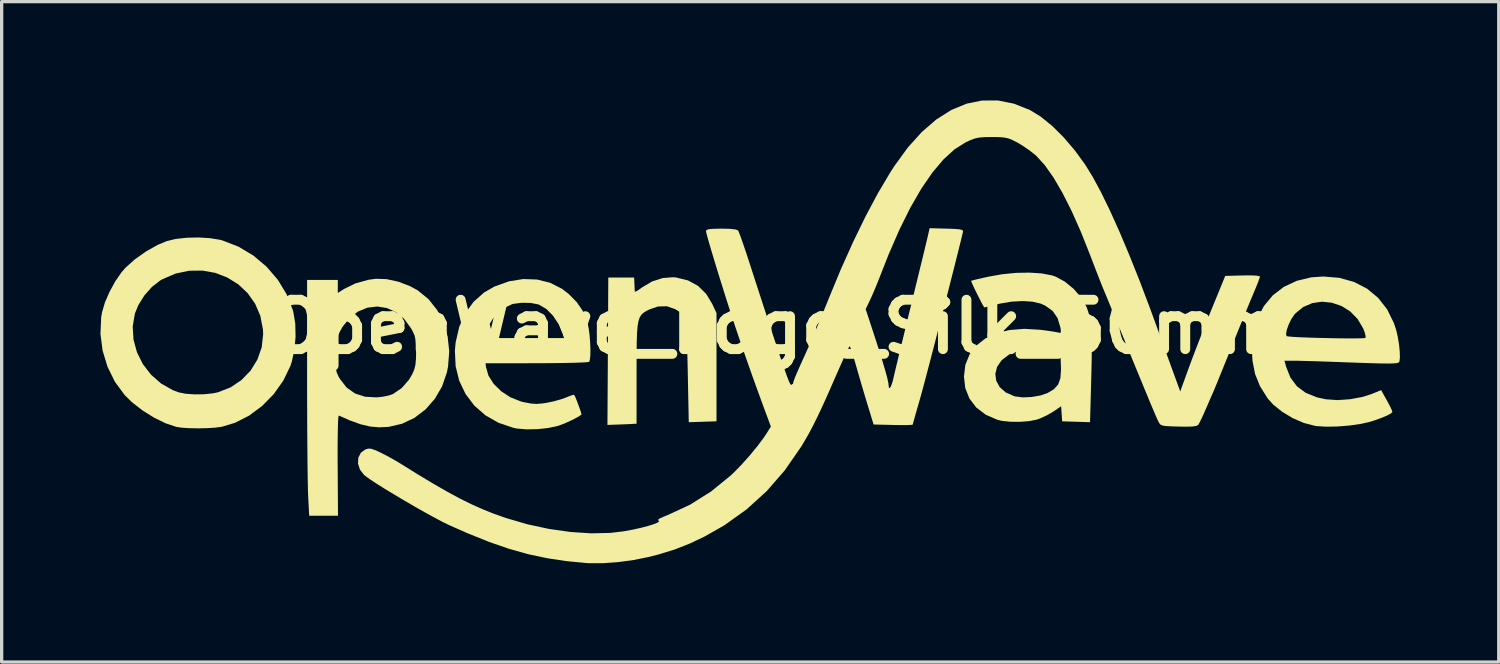
<source format=kicad_pcb>
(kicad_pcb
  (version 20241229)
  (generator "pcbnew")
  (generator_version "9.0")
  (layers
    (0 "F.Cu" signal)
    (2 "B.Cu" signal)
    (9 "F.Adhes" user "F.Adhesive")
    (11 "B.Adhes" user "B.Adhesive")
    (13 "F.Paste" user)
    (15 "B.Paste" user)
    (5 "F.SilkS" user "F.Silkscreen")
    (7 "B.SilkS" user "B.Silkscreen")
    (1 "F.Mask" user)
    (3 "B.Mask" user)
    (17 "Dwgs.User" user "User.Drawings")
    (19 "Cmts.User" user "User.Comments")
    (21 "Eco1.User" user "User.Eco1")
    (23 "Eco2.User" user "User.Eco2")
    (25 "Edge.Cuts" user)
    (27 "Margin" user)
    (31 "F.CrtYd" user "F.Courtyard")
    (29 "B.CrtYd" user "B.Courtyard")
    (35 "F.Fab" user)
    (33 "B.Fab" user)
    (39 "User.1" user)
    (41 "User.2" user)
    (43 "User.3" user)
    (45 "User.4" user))
  (footprint "OpenWave_Logo_Silk_50mm"
    (layer "F.Cu")
    (at 20.543 6.872)
    (property "Reference" "OpenWave_Logo_Silk_50mm" (at 0 0 0) (layer "F.SilkS") (effects (font (size 1.5 1.5) (thickness 0.3))))
    (attr board_only exclude_from_pos_files exclude_from_bom)
    (fp_poly (pts (xy -3.07 -1.498) (xy -2.704 -1.408) (xy -2.398 -1.241) (xy -2.15 -0.996) (xy -1.968 -0.693) (xy -1.839 -0.417) (xy -1.839 1.226) (xy -1.839 2.869) (xy -2.26 2.883) (xy -2.681 2.897) (xy -2.711 1.406) (xy -2.721 0.944) (xy -2.732 0.571) (xy -2.746 0.274) (xy -2.765 0.043) (xy -2.791 -0.132) (xy -2.827 -0.261) (xy -2.873 -0.357) (xy -2.933 -0.428) (xy -3.009 -0.485) (xy -3.09 -0.534) (xy -3.344 -0.624) (xy -3.615 -0.617) (xy -3.863 -0.533) (xy -3.969 -0.48) (xy -4.054 -0.427) (xy -4.122 -0.364) (xy -4.173 -0.28) (xy -4.21 -0.165) (xy -4.236 -0.008) (xy -4.252 0.201) (xy -4.261 0.474) (xy -4.265 0.82) (xy -4.266 1.25) (xy -4.266 1.41) (xy -4.266 2.942) (xy -4.425 2.951) (xy -4.566 2.958) (xy -4.753 2.965) (xy -4.867 2.969) (xy -5.15 2.979) (xy -5.137 0.742) (xy -5.124 -1.496) (xy -4.732 -1.496) (xy -4.34 -1.496) (xy -4.331 -1.299) (xy -4.325 -1.166) (xy -4.32 -1.078) (xy -4.319 -1.067) (xy -4.282 -1.074) (xy -4.19 -1.13) (xy -4.091 -1.201) (xy -3.796 -1.376) (xy -3.472 -1.48) (xy -3.149 -1.505)) (stroke (width 0) (type solid)) (fill yes) (layer "F.SilkS"))
    (fp_poly (pts (xy -17.21 -2.69) (xy -16.902 -2.639) (xy -16.843 -2.623) (xy -16.354 -2.434) (xy -15.902 -2.164) (xy -15.5 -1.825) (xy -15.159 -1.428) (xy -14.889 -0.985) (xy -14.702 -0.505) (xy -14.685 -0.441) (xy -14.628 -0.093) (xy -14.619 0.3) (xy -14.655 0.699) (xy -14.736 1.067) (xy -14.777 1.191) (xy -14.994 1.638) (xy -15.284 2.046) (xy -15.633 2.402) (xy -16.029 2.696) (xy -16.457 2.914) (xy -16.858 3.035) (xy -17.048 3.061) (xy -17.297 3.077) (xy -17.573 3.083) (xy -17.845 3.078) (xy -18.08 3.063) (xy -18.242 3.038) (xy -18.569 2.928) (xy -18.921 2.755) (xy -19.271 2.536) (xy -19.587 2.289) (xy -19.806 2.074) (xy -20.105 1.668) (xy -20.33 1.211) (xy -20.478 0.721) (xy -20.543 0.216) (xy -20.533 -0.007) (xy -19.564 -0.007) (xy -19.54 0.389) (xy -19.435 0.773) (xy -19.256 1.132) (xy -19.009 1.453) (xy -18.704 1.721) (xy -18.347 1.923) (xy -18.167 1.991) (xy -17.956 2.033) (xy -17.686 2.052) (xy -17.397 2.048) (xy -17.126 2.02) (xy -16.977 1.989) (xy -16.593 1.84) (xy -16.26 1.616) (xy -15.985 1.33) (xy -15.778 0.995) (xy -15.647 0.623) (xy -15.603 0.226) (xy -15.609 0.086) (xy -15.688 -0.33) (xy -15.847 -0.701) (xy -16.074 -1.022) (xy -16.358 -1.289) (xy -16.689 -1.495) (xy -17.055 -1.637) (xy -17.447 -1.707) (xy -17.852 -1.702) (xy -18.26 -1.617) (xy -18.661 -1.445) (xy -18.726 -1.408) (xy -18.98 -1.212) (xy -19.211 -0.95) (xy -19.396 -0.653) (xy -19.498 -0.401) (xy -19.564 -0.007) (xy -20.533 -0.007) (xy -20.521 -0.287) (xy -20.492 -0.451) (xy -20.406 -0.743) (xy -20.266 -1.064) (xy -20.093 -1.38) (xy -19.903 -1.656) (xy -19.786 -1.791) (xy -19.497 -2.049) (xy -19.159 -2.288) (xy -18.808 -2.486) (xy -18.532 -2.601) (xy -18.257 -2.667) (xy -17.921 -2.704) (xy -17.561 -2.712)) (stroke (width 0) (type solid)) (fill yes) (layer "F.SilkS"))
    (fp_poly (pts (xy -11.856 -1.447) (xy -11.504 -1.371) (xy -11.155 -1.239) (xy -10.909 -1.105) (xy -10.584 -0.84) (xy -10.321 -0.51) (xy -10.126 -0.127) (xy -10.002 0.296) (xy -9.954 0.744) (xy -9.989 1.205) (xy -10.025 1.385) (xy -10.171 1.809) (xy -10.391 2.187) (xy -10.673 2.508) (xy -11.008 2.764) (xy -11.384 2.943) (xy -11.79 3.037) (xy -11.804 3.039) (xy -12.086 3.052) (xy -12.359 3.027) (xy -12.647 2.959) (xy -12.971 2.842) (xy -13.308 2.693) (xy -13.319 2.735) (xy -13.328 2.865) (xy -13.335 3.074) (xy -13.34 3.353) (xy -13.343 3.691) (xy -13.342 4.08) (xy -13.341 4.205) (xy -13.331 5.737) (xy -13.768 5.737) (xy -14.205 5.737) (xy -14.237 5.141) (xy -14.243 4.983) (xy -14.248 4.737) (xy -14.253 4.415) (xy -14.258 4.028) (xy -14.262 3.585) (xy -14.265 3.099) (xy -14.267 2.579) (xy -14.269 2.037) (xy -14.269 1.561) (xy -14.269 0.883) (xy -13.411 0.883) (xy -13.408 1.11) (xy -13.396 1.269) (xy -13.369 1.389) (xy -13.32 1.499) (xy -13.276 1.578) (xy -13.071 1.843) (xy -12.816 2.024) (xy -12.507 2.124) (xy -12.161 2.143) (xy -11.961 2.122) (xy -11.772 2.081) (xy -11.665 2.043) (xy -11.395 1.859) (xy -11.171 1.601) (xy -11.073 1.431) (xy -11.014 1.293) (xy -10.979 1.149) (xy -10.963 0.968) (xy -10.959 0.76) (xy -10.962 0.539) (xy -10.976 0.383) (xy -11.008 0.259) (xy -11.065 0.134) (xy -11.111 0.049) (xy -11.322 -0.239) (xy -11.572 -0.446) (xy -11.851 -0.571) (xy -12.143 -0.616) (xy -12.437 -0.581) (xy -12.718 -0.466) (xy -12.975 -0.272) (xy -13.193 0.001) (xy -13.265 0.129) (xy -13.336 0.278) (xy -13.379 0.407) (xy -13.402 0.549) (xy -13.41 0.737) (xy -13.411 0.883) (xy -14.269 0.883) (xy -14.269 -1.422) (xy -13.803 -1.422) (xy -13.337 -1.422) (xy -13.337 -1.225) (xy -13.337 -1.028) (xy -13.15 -1.147) (xy -12.801 -1.318) (xy -12.403 -1.428) (xy -12.178 -1.458)) (stroke (width 0) (type solid)) (fill yes) (layer "F.SilkS"))
    (fp_poly (pts (xy -7.284 -1.435) (xy -6.887 -1.335) (xy -6.526 -1.151) (xy -6.323 -0.993) (xy -6.081 -0.747) (xy -5.909 -0.497) (xy -5.785 -0.208) (xy -5.756 -0.116) (xy -5.72 0.046) (xy -5.693 0.251) (xy -5.675 0.475) (xy -5.667 0.693) (xy -5.67 0.881) (xy -5.686 1.014) (xy -5.706 1.064) (xy -5.763 1.074) (xy -5.906 1.083) (xy -6.123 1.091) (xy -6.402 1.097) (xy -6.731 1.102) (xy -7.097 1.105) (xy -7.298 1.106) (xy -8.851 1.108) (xy -8.838 1.222) (xy -8.762 1.484) (xy -8.604 1.733) (xy -8.378 1.956) (xy -8.101 2.138) (xy -7.787 2.264) (xy -7.702 2.286) (xy -7.482 2.329) (xy -7.302 2.342) (xy -7.112 2.326) (xy -7 2.309) (xy -6.782 2.264) (xy -6.562 2.202) (xy -6.415 2.149) (xy -6.279 2.095) (xy -6.186 2.066) (xy -6.161 2.065) (xy -6.128 2.128) (xy -6.08 2.246) (xy -6.026 2.389) (xy -5.977 2.526) (xy -5.945 2.629) (xy -5.939 2.667) (xy -6.053 2.741) (xy -6.225 2.831) (xy -6.42 2.92) (xy -6.604 2.992) (xy -6.667 3.012) (xy -6.953 3.073) (xy -7.28 3.108) (xy -7.607 3.114) (xy -7.897 3.089) (xy -7.993 3.071) (xy -8.453 2.917) (xy -8.854 2.688) (xy -9.191 2.394) (xy -9.457 2.042) (xy -9.649 1.641) (xy -9.759 1.199) (xy -9.782 0.724) (xy -9.758 0.466) (xy -9.703 0.232) (xy -8.87 0.232) (xy -8.844 0.281) (xy -8.771 0.313) (xy -8.641 0.331) (xy -8.445 0.341) (xy -8.173 0.343) (xy -7.815 0.343) (xy -7.671 0.343) (xy -6.466 0.343) (xy -6.5 0.233) (xy -6.628 -0.072) (xy -6.803 -0.337) (xy -7.009 -0.544) (xy -7.232 -0.673) (xy -7.252 -0.68) (xy -7.483 -0.725) (xy -7.753 -0.73) (xy -8.009 -0.696) (xy -8.045 -0.686) (xy -8.249 -0.591) (xy -8.457 -0.428) (xy -8.642 -0.224) (xy -8.755 -0.045) (xy -8.815 0.073) (xy -8.857 0.164) (xy -8.87 0.232) (xy -9.703 0.232) (xy -9.649 -0.000306) (xy -9.466 -0.412) (xy -9.211 -0.762) (xy -8.891 -1.045) (xy -8.584 -1.221) (xy -8.144 -1.379) (xy -7.707 -1.45)) (stroke (width 0) (type solid)) (fill yes) (layer "F.SilkS"))
    (fp_poly (pts (xy 17.075 -1.486) (xy 17.521 -1.36) (xy 17.915 -1.156) (xy 18.251 -0.877) (xy 18.525 -0.526) (xy 18.729 -0.11) (xy 18.798 0.1) (xy 18.847 0.309) (xy 18.883 0.534) (xy 18.905 0.749) (xy 18.91 0.929) (xy 18.897 1.048) (xy 18.886 1.071) (xy 18.859 1.091) (xy 18.8 1.104) (xy 18.699 1.112) (xy 18.546 1.115) (xy 18.331 1.113) (xy 18.044 1.105) (xy 17.675 1.093) (xy 17.426 1.084) (xy 17.046 1.07) (xy 16.682 1.057) (xy 16.352 1.046) (xy 16.07 1.038) (xy 15.852 1.032) (xy 15.716 1.03) (xy 15.707 1.03) (xy 15.405 1.03) (xy 15.455 1.214) (xy 15.587 1.544) (xy 15.784 1.807) (xy 16.05 2.005) (xy 16.39 2.142) (xy 16.662 2.201) (xy 17.014 2.226) (xy 17.402 2.199) (xy 17.781 2.128) (xy 18.045 2.043) (xy 18.34 1.923) (xy 18.511 2.229) (xy 18.596 2.387) (xy 18.657 2.514) (xy 18.682 2.584) (xy 18.682 2.586) (xy 18.639 2.63) (xy 18.522 2.693) (xy 18.352 2.765) (xy 18.15 2.838) (xy 17.996 2.886) (xy 17.707 2.951) (xy 17.366 2.999) (xy 17.007 3.027) (xy 16.665 3.033) (xy 16.375 3.014) (xy 16.329 3.007) (xy 15.997 2.921) (xy 15.657 2.773) (xy 15.336 2.581) (xy 15.062 2.361) (xy 14.894 2.172) (xy 14.663 1.804) (xy 14.513 1.433) (xy 14.434 1.031) (xy 14.416 0.679) (xy 14.457 0.215) (xy 15.453 0.215) (xy 15.468 0.283) (xy 15.525 0.294) (xy 15.664 0.306) (xy 15.868 0.317) (xy 16.119 0.327) (xy 16.403 0.336) (xy 16.701 0.343) (xy 16.997 0.349) (xy 17.274 0.352) (xy 17.516 0.352) (xy 17.707 0.35) (xy 17.829 0.344) (xy 17.865 0.337) (xy 17.869 0.279) (xy 17.838 0.161) (xy 17.797 0.053) (xy 17.627 -0.236) (xy 17.402 -0.466) (xy 17.136 -0.632) (xy 16.845 -0.731) (xy 16.545 -0.762) (xy 16.25 -0.719) (xy 15.976 -0.602) (xy 15.737 -0.406) (xy 15.701 -0.364) (xy 15.611 -0.23) (xy 15.533 -0.07) (xy 15.477 0.087) (xy 15.453 0.215) (xy 14.457 0.215) (xy 14.459 0.191) (xy 14.582 -0.248) (xy 14.782 -0.631) (xy 15.051 -0.955) (xy 15.385 -1.211) (xy 15.777 -1.396) (xy 16.221 -1.502) (xy 16.583 -1.527)) (stroke (width 0) (type solid)) (fill yes) (layer "F.SilkS"))
    (fp_poly (pts (xy 8.027 -1.621) (xy 8.334 -1.564) (xy 8.458 -1.523) (xy 8.739 -1.37) (xy 9.005 -1.151) (xy 9.231 -0.892) (xy 9.389 -0.618) (xy 9.407 -0.574) (xy 9.456 -0.427) (xy 9.495 -0.273) (xy 9.523 -0.099) (xy 9.542 0.107) (xy 9.553 0.359) (xy 9.555 0.668) (xy 9.551 1.048) (xy 9.54 1.512) (xy 9.538 1.593) (xy 9.502 2.897) (xy 9.078 2.883) (xy 8.655 2.869) (xy 8.64 2.641) (xy 8.625 2.413) (xy 8.379 2.579) (xy 8.192 2.687) (xy 7.986 2.782) (xy 7.882 2.819) (xy 7.652 2.864) (xy 7.374 2.885) (xy 7.086 2.883) (xy 6.828 2.856) (xy 6.693 2.825) (xy 6.335 2.669) (xy 6.05 2.452) (xy 5.841 2.18) (xy 5.714 1.859) (xy 5.674 1.514) (xy 5.684 1.428) (xy 6.626 1.428) (xy 6.654 1.638) (xy 6.759 1.831) (xy 6.941 1.992) (xy 7.196 2.105) (xy 7.229 2.114) (xy 7.459 2.143) (xy 7.731 2.131) (xy 8.001 2.084) (xy 8.215 2.01) (xy 8.409 1.892) (xy 8.534 1.751) (xy 8.601 1.565) (xy 8.621 1.314) (xy 8.619 1.226) (xy 8.606 0.858) (xy 8.336 0.802) (xy 8.153 0.774) (xy 7.918 0.752) (xy 7.679 0.741) (xy 7.649 0.741) (xy 7.424 0.744) (xy 7.265 0.76) (xy 7.141 0.796) (xy 7.038 0.847) (xy 6.816 1.017) (xy 6.68 1.216) (xy 6.626 1.428) (xy 5.684 1.428) (xy 5.717 1.154) (xy 5.844 0.839) (xy 6.047 0.572) (xy 6.321 0.357) (xy 6.66 0.197) (xy 7.057 0.098) (xy 7.507 0.062) (xy 7.996 0.091) (xy 8.212 0.12) (xy 8.396 0.148) (xy 8.524 0.171) (xy 8.564 0.181) (xy 8.608 0.183) (xy 8.618 0.128) (xy 8.602 0.019) (xy 8.516 -0.265) (xy 8.368 -0.48) (xy 8.145 -0.641) (xy 8.004 -0.704) (xy 7.761 -0.762) (xy 7.456 -0.782) (xy 7.117 -0.763) (xy 6.771 -0.705) (xy 6.693 -0.686) (xy 6.513 -0.641) (xy 6.374 -0.607) (xy 6.3 -0.589) (xy 6.294 -0.588) (xy 6.265 -0.629) (xy 6.207 -0.733) (xy 6.132 -0.879) (xy 6.051 -1.041) (xy 5.976 -1.196) (xy 5.92 -1.32) (xy 5.893 -1.39) (xy 5.893 -1.396) (xy 5.945 -1.412) (xy 6.071 -1.443) (xy 6.253 -1.485) (xy 6.424 -1.523) (xy 6.838 -1.596) (xy 7.258 -1.637) (xy 7.661 -1.645)) (stroke (width 0) (type solid)) (fill yes) (layer "F.SilkS"))
    (fp_poly (pts (xy 7.186 -6.776) (xy 7.673 -6.583) (xy 7.674 -6.583) (xy 8.004 -6.381) (xy 8.351 -6.1) (xy 8.703 -5.751) (xy 9.046 -5.348) (xy 9.354 -4.924) (xy 9.585 -4.55) (xy 9.836 -4.084) (xy 10.105 -3.532) (xy 10.391 -2.898) (xy 10.691 -2.187) (xy 11.005 -1.402) (xy 11.328 -0.549) (xy 11.546 0.049) (xy 11.663 0.372) (xy 11.783 0.704) (xy 11.897 1.019) (xy 11.995 1.289) (xy 12.057 1.459) (xy 12.241 1.962) (xy 12.503 1.239) (xy 12.605 0.964) (xy 12.734 0.626) (xy 12.878 0.253) (xy 13.029 -0.126) (xy 13.173 -0.484) (xy 13.186 -0.515) (xy 13.607 -1.545) (xy 14.134 -1.559) (xy 14.379 -1.561) (xy 14.554 -1.553) (xy 14.648 -1.536) (xy 14.661 -1.524) (xy 14.643 -1.462) (xy 14.594 -1.33) (xy 14.521 -1.149) (xy 14.446 -0.971) (xy 14.364 -0.777) (xy 14.255 -0.512) (xy 14.127 -0.199) (xy 13.987 0.144) (xy 13.846 0.495) (xy 13.779 0.662) (xy 13.649 0.985) (xy 13.526 1.289) (xy 13.417 1.557) (xy 13.328 1.776) (xy 13.265 1.928) (xy 13.24 1.986) (xy 13.177 2.128) (xy 13.093 2.322) (xy 13.004 2.527) (xy 12.994 2.55) (xy 12.914 2.73) (xy 12.842 2.879) (xy 12.792 2.97) (xy 12.785 2.98) (xy 12.728 3.01) (xy 12.609 3.027) (xy 12.413 3.033) (xy 12.192 3.029) (xy 11.954 3.022) (xy 11.796 3.013) (xy 11.697 2.996) (xy 11.639 2.968) (xy 11.603 2.924) (xy 11.586 2.893) (xy 11.561 2.842) (xy 11.527 2.769) (xy 11.482 2.665) (xy 11.422 2.524) (xy 11.343 2.337) (xy 11.243 2.096) (xy 11.118 1.794) (xy 10.966 1.423) (xy 10.781 0.975) (xy 10.613 0.564) (xy 10.468 0.212) (xy 10.328 -0.128) (xy 10.199 -0.441) (xy 10.087 -0.711) (xy 10 -0.922) (xy 9.945 -1.054) (xy 9.877 -1.22) (xy 9.784 -1.453) (xy 9.677 -1.728) (xy 9.565 -2.02) (xy 9.503 -2.182) (xy 9.221 -2.891) (xy 8.94 -3.522) (xy 8.663 -4.07) (xy 8.393 -4.532) (xy 8.13 -4.905) (xy 7.877 -5.184) (xy 7.851 -5.208) (xy 7.674 -5.349) (xy 7.462 -5.495) (xy 7.3 -5.592) (xy 7.145 -5.671) (xy 7.019 -5.721) (xy 6.889 -5.748) (xy 6.723 -5.759) (xy 6.522 -5.761) (xy 6.293 -5.758) (xy 6.128 -5.745) (xy 5.992 -5.714) (xy 5.849 -5.659) (xy 5.717 -5.596) (xy 5.385 -5.386) (xy 5.05 -5.08) (xy 4.714 -4.681) (xy 4.378 -4.192) (xy 4.044 -3.613) (xy 3.714 -2.948) (xy 3.388 -2.2) (xy 3.188 -1.692) (xy 3.089 -1.439) (xy 2.986 -1.185) (xy 2.891 -0.963) (xy 2.837 -0.844) (xy 2.69 -0.536) (xy 2.887 0.063) (xy 3.054 0.577) (xy 3.187 1) (xy 3.285 1.331) (xy 3.35 1.57) (xy 3.381 1.718) (xy 3.383 1.751) (xy 3.395 1.848) (xy 3.425 1.859) (xy 3.465 1.791) (xy 3.51 1.655) (xy 3.528 1.581) (xy 3.553 1.471) (xy 3.599 1.277) (xy 3.663 1.013) (xy 3.74 0.691) (xy 3.83 0.323) (xy 3.927 -0.079) (xy 4.03 -0.502) (xy 4.046 -0.564) (xy 4.149 -0.989) (xy 4.248 -1.394) (xy 4.339 -1.768) (xy 4.42 -2.098) (xy 4.486 -2.372) (xy 4.535 -2.577) (xy 4.564 -2.7) (xy 4.567 -2.711) (xy 4.632 -2.994) (xy 5.148 -2.98) (xy 5.381 -2.972) (xy 5.532 -2.96) (xy 5.615 -2.942) (xy 5.646 -2.914) (xy 5.646 -2.893) (xy 5.598 -2.689) (xy 5.529 -2.409) (xy 5.443 -2.066) (xy 5.344 -1.673) (xy 5.235 -1.243) (xy 5.119 -0.789) (xy 5 -0.324) (xy 4.88 0.14) (xy 4.764 0.589) (xy 4.654 1.01) (xy 4.554 1.392) (xy 4.467 1.72) (xy 4.397 1.982) (xy 4.346 2.164) (xy 4.337 2.196) (xy 4.263 2.452) (xy 4.2 2.673) (xy 4.152 2.844) (xy 4.124 2.947) (xy 4.119 2.97) (xy 4.073 2.978) (xy 3.948 2.983) (xy 3.763 2.984) (xy 3.536 2.981) (xy 3.525 2.98) (xy 2.931 2.967) (xy 2.751 2.378) (xy 2.659 2.074) (xy 2.556 1.727) (xy 2.457 1.386) (xy 2.401 1.189) (xy 2.335 0.963) (xy 2.277 0.776) (xy 2.232 0.646) (xy 2.206 0.589) (xy 2.204 0.588) (xy 2.177 0.631) (xy 2.118 0.751) (xy 2.033 0.935) (xy 1.927 1.169) (xy 1.807 1.441) (xy 1.767 1.532) (xy 1.563 1.999) (xy 1.387 2.389) (xy 1.233 2.718) (xy 1.093 2.999) (xy 0.961 3.248) (xy 0.828 3.48) (xy 0.726 3.648) (xy 0.233 4.359) (xy -0.317 4.991) (xy -0.927 5.545) (xy -1.6 6.026) (xy -2.194 6.364) (xy -2.659 6.585) (xy -3.112 6.762) (xy -3.595 6.911) (xy -3.902 6.989) (xy -4.356 7.081) (xy -4.833 7.145) (xy -5.297 7.178) (xy -5.714 7.177) (xy -5.786 7.173) (xy -6.408 7.113) (xy -6.994 7.024) (xy -7.565 6.902) (xy -8.139 6.74) (xy -8.736 6.534) (xy -9.375 6.278) (xy -9.954 6.022) (xy -10.149 5.927) (xy -10.397 5.796) (xy -10.683 5.639) (xy -10.993 5.464) (xy -11.31 5.279) (xy -11.622 5.094) (xy -11.912 4.918) (xy -12.166 4.759) (xy -12.368 4.625) (xy -12.505 4.526) (xy -12.537 4.5) (xy -12.665 4.335) (xy -12.724 4.151) (xy -12.713 3.972) (xy -12.635 3.821) (xy -12.503 3.726) (xy -12.416 3.699) (xy -12.328 3.702) (xy -12.211 3.741) (xy -12.052 3.813) (xy -11.839 3.921) (xy -11.604 4.052) (xy -11.441 4.149) (xy -10.901 4.485) (xy -10.427 4.77) (xy -10.007 5.011) (xy -9.629 5.215) (xy -9.277 5.389) (xy -8.941 5.539) (xy -8.607 5.673) (xy -8.261 5.795) (xy -8.225 5.808) (xy -7.58 5.996) (xy -6.921 6.138) (xy -6.27 6.23) (xy -5.644 6.271) (xy -5.063 6.258) (xy -4.65 6.209) (xy -4.376 6.158) (xy -4.122 6.101) (xy -3.902 6.042) (xy -3.728 5.987) (xy -3.616 5.939) (xy -3.578 5.902) (xy -3.595 5.888) (xy -3.616 5.861) (xy -3.56 5.819) (xy -3.422 5.756) (xy -3.325 5.718) (xy -2.647 5.404) (xy -2.006 5.002) (xy -1.412 4.518) (xy -1.33 4.442) (xy -1.086 4.194) (xy -0.834 3.912) (xy -0.598 3.625) (xy -0.4 3.36) (xy -0.322 3.243) (xy -0.188 3.029) (xy -0.409 2.434) (xy -0.572 1.988) (xy -0.747 1.503) (xy -0.924 1.001) (xy -1.095 0.51) (xy -1.25 0.053) (xy -1.382 -0.345) (xy -1.413 -0.441) (xy -1.543 -0.846) (xy -1.668 -1.245) (xy -1.787 -1.626) (xy -1.895 -1.979) (xy -1.989 -2.291) (xy -2.065 -2.551) (xy -2.121 -2.748) (xy -2.152 -2.87) (xy -2.158 -2.903) (xy -2.141 -2.939) (xy -2.081 -2.961) (xy -1.961 -2.974) (xy -1.764 -2.979) (xy -1.694 -2.98) (xy -1.444 -2.975) (xy -1.272 -2.957) (xy -1.188 -2.929) (xy -1.185 -2.925) (xy -1.155 -2.862) (xy -1.102 -2.721) (xy -1.031 -2.52) (xy -0.947 -2.273) (xy -0.869 -2.035) (xy -0.644 -1.341) (xy -0.447 -0.735) (xy -0.276 -0.211) (xy -0.129 0.237) (xy -0.004 0.614) (xy 0.1 0.926) (xy 0.186 1.178) (xy 0.256 1.377) (xy 0.311 1.528) (xy 0.353 1.636) (xy 0.385 1.708) (xy 0.409 1.749) (xy 0.425 1.765) (xy 0.429 1.765) (xy 0.485 1.726) (xy 0.49 1.699) (xy 0.51 1.627) (xy 0.563 1.491) (xy 0.64 1.312) (xy 0.692 1.196) (xy 0.953 0.617) (xy 1.226 -0.02) (xy 1.497 -0.678) (xy 1.569 -0.858) (xy 1.935 -1.743) (xy 2.31 -2.578) (xy 2.687 -3.353) (xy 3.063 -4.057) (xy 3.431 -4.678) (xy 3.56 -4.879) (xy 3.97 -5.443) (xy 4.396 -5.916) (xy 4.837 -6.296) (xy 5.289 -6.582) (xy 5.753 -6.774) (xy 6.224 -6.87) (xy 6.703 -6.872)) (stroke (width 0) (type solid)) (fill yes) (layer "F.SilkS")))
  (gr_rect
    (start -3 -3)
    (end 42.454 17.05)
    (stroke (width 0.1) (type default))
    (fill no)
    (layer "Edge.Cuts")))
</source>
